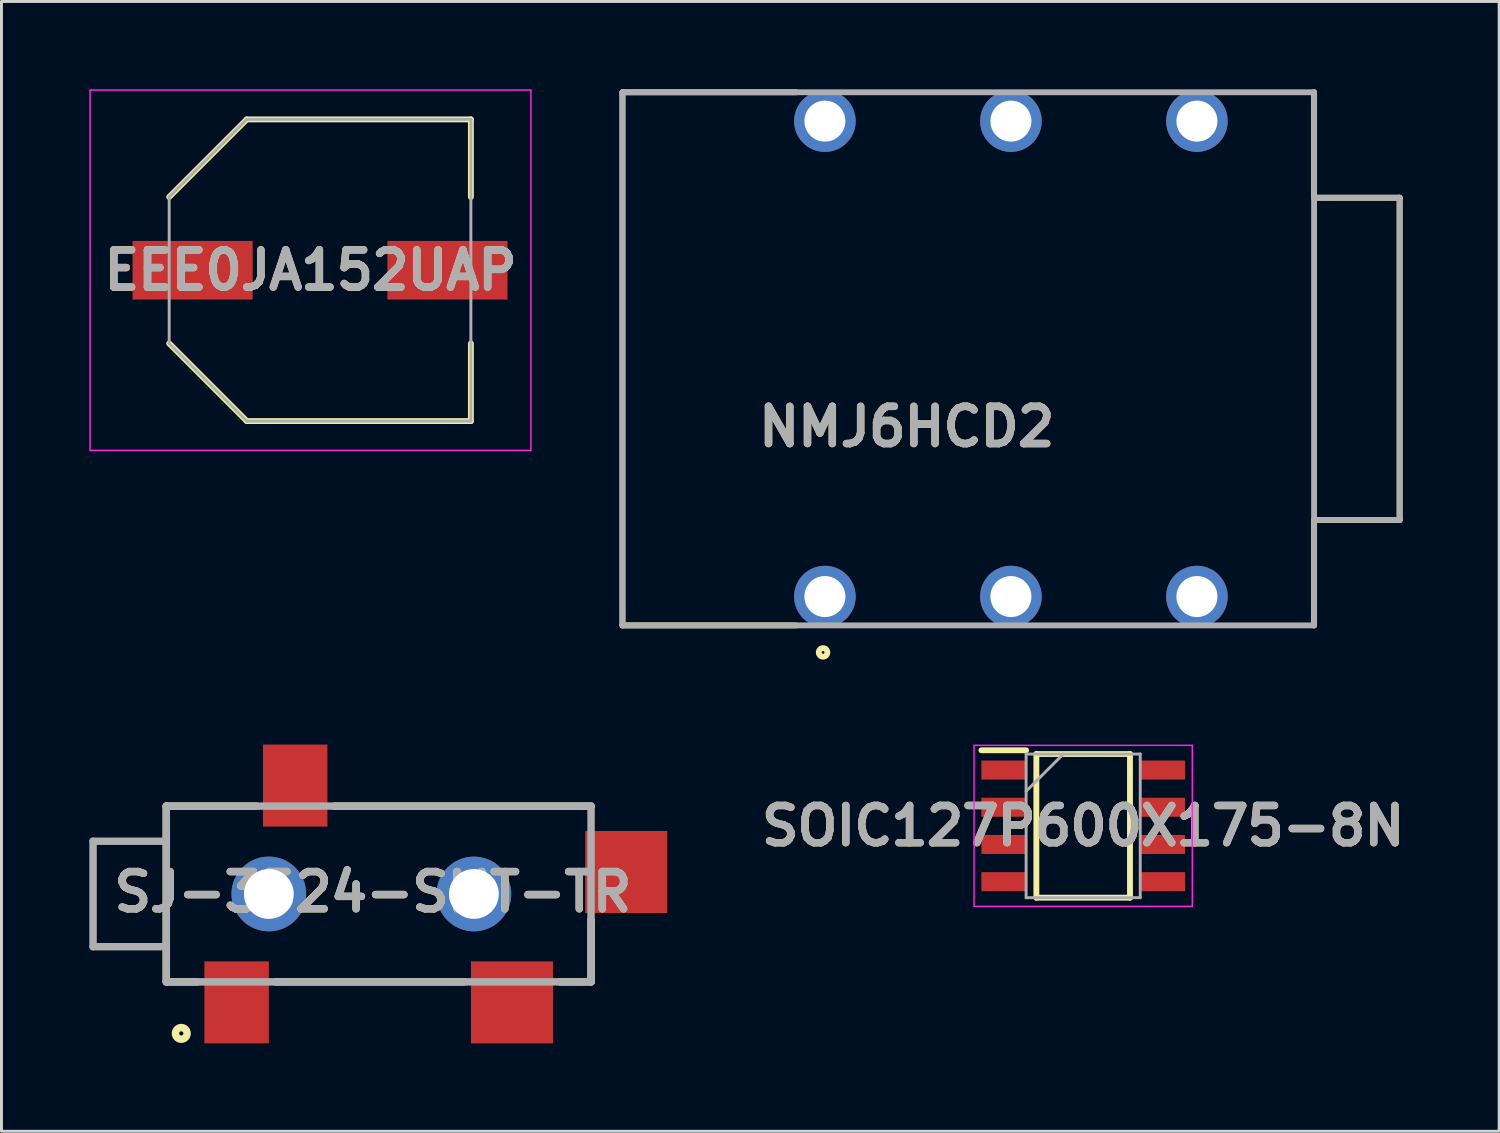
<source format=kicad_pcb>
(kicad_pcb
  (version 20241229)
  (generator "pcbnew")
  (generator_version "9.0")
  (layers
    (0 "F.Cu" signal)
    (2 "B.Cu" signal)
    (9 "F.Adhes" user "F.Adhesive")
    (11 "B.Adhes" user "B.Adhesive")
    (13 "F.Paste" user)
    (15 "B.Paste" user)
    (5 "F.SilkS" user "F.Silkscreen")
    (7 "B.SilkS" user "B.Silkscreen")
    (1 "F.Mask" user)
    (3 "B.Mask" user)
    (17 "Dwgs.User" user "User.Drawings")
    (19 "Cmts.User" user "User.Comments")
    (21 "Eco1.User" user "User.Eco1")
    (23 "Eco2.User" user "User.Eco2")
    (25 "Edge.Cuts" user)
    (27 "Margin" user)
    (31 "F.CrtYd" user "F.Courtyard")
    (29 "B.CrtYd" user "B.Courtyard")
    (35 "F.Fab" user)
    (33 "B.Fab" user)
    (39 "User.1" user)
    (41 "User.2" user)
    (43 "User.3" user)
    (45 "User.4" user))
  (footprint "SOIC127P600X175-8N"
    (layer "F.Cu")
    (at 33.927 25.143)
    (property "Reference" "SOIC127P600X175-8N" (at 0 0 0) (layer "F.SilkS") (effects (font (size 1.27 1.27) (thickness 0.254))))
    (attr smd)
    (fp_line (start -3.475 -2.58) (end -1.948 -2.58) (stroke (width 0.2) (type solid)) (layer "F.SilkS"))
    (fp_line (start -1.598 -2.452) (end 1.598 -2.452) (stroke (width 0.2) (type solid)) (layer "F.SilkS"))
    (fp_line (start -1.598 2.452) (end -1.598 -2.452) (stroke (width 0.2) (type solid)) (layer "F.SilkS"))
    (fp_line (start 1.598 -2.452) (end 1.598 2.452) (stroke (width 0.2) (type solid)) (layer "F.SilkS"))
    (fp_line (start 1.598 2.452) (end -1.598 2.452) (stroke (width 0.2) (type solid)) (layer "F.SilkS"))
    (fp_line (start -3.725 -2.75) (end 3.725 -2.75) (stroke (width 0.05) (type solid)) (layer "F.CrtYd"))
    (fp_line (start -3.725 2.75) (end -3.725 -2.75) (stroke (width 0.05) (type solid)) (layer "F.CrtYd"))
    (fp_line (start 3.725 -2.75) (end 3.725 2.75) (stroke (width 0.05) (type solid)) (layer "F.CrtYd"))
    (fp_line (start 3.725 2.75) (end -3.725 2.75) (stroke (width 0.05) (type solid)) (layer "F.CrtYd"))
    (fp_line (start -1.948 -2.452) (end 1.948 -2.452) (stroke (width 0.1) (type solid)) (layer "F.Fab"))
    (fp_line (start -1.948 -1.182) (end -0.678 -2.452) (stroke (width 0.1) (type solid)) (layer "F.Fab"))
    (fp_line (start -1.948 2.452) (end -1.948 -2.452) (stroke (width 0.1) (type solid)) (layer "F.Fab"))
    (fp_line (start 1.948 -2.452) (end 1.948 2.452) (stroke (width 0.1) (type solid)) (layer "F.Fab"))
    (fp_line (start 1.948 2.452) (end -1.948 2.452) (stroke (width 0.1) (type solid)) (layer "F.Fab"))
    (fp_text user "${REFERENCE}" (at 0 0 0) (layer "F.Fab") (effects (font (size 1.27 1.27) (thickness 0.254))))
    (pad "1" smd rect (at -2.711 -1.905 90) (size 0.65 1.528) (layers "F.Cu" "F.Mask" "F.Paste"))
    (pad "2" smd rect (at -2.711 -0.635 90) (size 0.65 1.528) (layers "F.Cu" "F.Mask" "F.Paste"))
    (pad "3" smd rect (at -2.711 0.635 90) (size 0.65 1.528) (layers "F.Cu" "F.Mask" "F.Paste"))
    (pad "4" smd rect (at -2.711 1.905 90) (size 0.65 1.528) (layers "F.Cu" "F.Mask" "F.Paste"))
    (pad "5" smd rect (at 2.711 1.905 90) (size 0.65 1.528) (layers "F.Cu" "F.Mask" "F.Paste"))
    (pad "6" smd rect (at 2.711 0.635 90) (size 0.65 1.528) (layers "F.Cu" "F.Mask" "F.Paste"))
    (pad "7" smd rect (at 2.711 -0.635 90) (size 0.65 1.528) (layers "F.Cu" "F.Mask" "F.Paste"))
    (pad "8" smd rect (at 2.711 -1.905 90) (size 0.65 1.528) (layers "F.Cu" "F.Mask" "F.Paste")))
  (footprint "SJ-3524-SMT-TR"
    (layer "F.Cu")
    (at 2.627 24.468)
    (property "Reference" "SJ-3524-SMT-TR" (at 7.053 2.931 0) (layer "F.SilkS") (effects (font (size 1.27 1.27) (thickness 0.254))))
    (attr through_hole)
    (fp_line (start 0 0) (end 3.06 0) (stroke (width 0.254) (type solid)) (layer "F.SilkS"))
    (fp_line (start 0 1.2) (end 0 0) (stroke (width 0.254) (type solid)) (layer "F.SilkS"))
    (fp_line (start 0 4.8) (end 0 1.2) (stroke (width 0.254) (type solid)) (layer "F.SilkS"))
    (fp_line (start 0 4.8) (end 0 6) (stroke (width 0.254) (type solid)) (layer "F.SilkS"))
    (fp_line (start 0 6) (end 1.063 6) (stroke (width 0.254) (type solid)) (layer "F.SilkS"))
    (fp_line (start 3.725 6) (end 10.168 6) (stroke (width 0.254) (type solid)) (layer "F.SilkS"))
    (fp_line (start 14.5 0) (end 5.75 0) (stroke (width 0.254) (type solid)) (layer "F.SilkS"))
    (fp_line (start 14.5 6) (end 13.439 6) (stroke (width 0.254) (type solid)) (layer "F.SilkS"))
    (fp_line (start 14.5 6) (end 14.5 3.88) (stroke (width 0.254) (type solid)) (layer "F.SilkS"))
    (fp_circle (center 0.511 7.76) (end 0.511 7.832) (stroke (width 0.254) (type solid)) (fill no) (layer "F.SilkS"))
    (fp_line (start -2.5 1.2) (end -2.5 4.8) (stroke (width 0.254) (type solid)) (layer "F.Fab"))
    (fp_line (start -2.5 4.8) (end 0 4.8) (stroke (width 0.254) (type solid)) (layer "F.Fab"))
    (fp_line (start 0 0) (end 14.5 0) (stroke (width 0.254) (type solid)) (layer "F.Fab"))
    (fp_line (start 0 1.2) (end -2.5 1.2) (stroke (width 0.254) (type solid)) (layer "F.Fab"))
    (fp_line (start 0 6) (end 0 0) (stroke (width 0.254) (type solid)) (layer "F.Fab"))
    (fp_line (start 14.5 0) (end 14.5 6) (stroke (width 0.254) (type solid)) (layer "F.Fab"))
    (fp_line (start 14.5 6) (end 0 6) (stroke (width 0.254) (type solid)) (layer "F.Fab"))
    (fp_text user "${REFERENCE}" (at 7.053 2.931 0) (layer "F.Fab") (effects (font (size 1.27 1.27) (thickness 0.254))))
    (pad "" np_thru_hole circle (at 3.5 3) (size 2.55 2.55) (drill 1.7) (layers "*.Cu" "*.Mask"))
    (pad "" np_thru_hole circle (at 10.5 3) (size 2.55 2.55) (drill 1.7) (layers "*.Cu" "*.Mask"))
    (pad "1" smd rect (at 2.4 6.7) (size 2.2 2.8) (layers "F.Cu" "F.Mask" "F.Paste"))
    (pad "2" smd rect (at 11.8 6.7 90) (size 2.8 2.8) (layers "F.Cu" "F.Mask" "F.Paste"))
    (pad "3" smd rect (at 4.4 -0.7) (size 2.2 2.8) (layers "F.Cu" "F.Mask" "F.Paste"))
    (pad "4" smd rect (at 15.7 2.25 90) (size 2.8 2.8) (layers "F.Cu" "F.Mask" "F.Paste")))
  (footprint "NMJ6HCD2"
    (layer "F.Cu")
    (at 41.81 9.2)
    (property "Reference" "NMJ6HCD2" (at -13.907 2.317 0) (layer "F.SilkS") (effects (font (size 1.27 1.27) (thickness 0.254))))
    (attr through_hole)
    (fp_line (start -23.61 -9.1) (end -23.61 9.1) (stroke (width 0.2) (type solid)) (layer "F.SilkS"))
    (fp_line (start -23.61 -9.1) (end -17.685 -9.1) (stroke (width 0.2) (type solid)) (layer "F.SilkS"))
    (fp_line (start -23.61 9.1) (end -17.685 9.1) (stroke (width 0.2) (type solid)) (layer "F.SilkS"))
    (fp_line (start 0 -5.5) (end 0 -9.1) (stroke (width 0.2) (type solid)) (layer "F.SilkS"))
    (fp_line (start 0 5.5) (end 2.92 5.5) (stroke (width 0.2) (type solid)) (layer "F.SilkS"))
    (fp_line (start 0 9.1) (end 0 5.5) (stroke (width 0.2) (type solid)) (layer "F.SilkS"))
    (fp_line (start 2.92 -5.5) (end 0 -5.5) (stroke (width 0.2) (type solid)) (layer "F.SilkS"))
    (fp_line (start 2.92 5.5) (end 2.92 -5.5) (stroke (width 0.2) (type solid)) (layer "F.SilkS"))
    (fp_circle (center -16.762 10.022) (end -16.762 10.068) (stroke (width 0.2) (type solid)) (fill no) (layer "F.SilkS"))
    (fp_line (start -23.61 -9.1) (end 0 -9.1) (stroke (width 0.2) (type solid)) (layer "F.Fab"))
    (fp_line (start -23.61 9.1) (end -23.61 -9.1) (stroke (width 0.2) (type solid)) (layer "F.Fab"))
    (fp_line (start 0 -9.1) (end 0 9.1) (stroke (width 0.2) (type solid)) (layer "F.Fab"))
    (fp_line (start 0 -5.5) (end 2.92 -5.5) (stroke (width 0.2) (type solid)) (layer "F.Fab"))
    (fp_line (start 0 9.1) (end -23.61 9.1) (stroke (width 0.2) (type solid)) (layer "F.Fab"))
    (fp_line (start 2.92 -5.5) (end 2.92 5.5) (stroke (width 0.2) (type solid)) (layer "F.Fab"))
    (fp_line (start 2.92 5.5) (end 0 5.5) (stroke (width 0.2) (type solid)) (layer "F.Fab"))
    (fp_text user "${REFERENCE}" (at -13.907 2.317 0) (layer "F.Fab") (effects (font (size 1.27 1.27) (thickness 0.254))))
    (pad "1" thru_hole circle (at -16.7 8.115) (size 2.1 2.1) (drill 1.4) (layers "*.Cu" "*.Mask"))
    (pad "2" thru_hole circle (at -10.35 8.115) (size 2.1 2.1) (drill 1.4) (layers "*.Cu" "*.Mask"))
    (pad "3" thru_hole circle (at -4 8.115) (size 2.1 2.1) (drill 1.4) (layers "*.Cu" "*.Mask"))
    (pad "4" thru_hole circle (at -4 -8.115) (size 2.1 2.1) (drill 1.4) (layers "*.Cu" "*.Mask"))
    (pad "5" thru_hole circle (at -10.35 -8.115) (size 2.1 2.1) (drill 1.4) (layers "*.Cu" "*.Mask"))
    (pad "6" thru_hole circle (at -16.7 -8.115) (size 2.1 2.1) (drill 1.4) (layers "*.Cu" "*.Mask")))
  (footprint "EEE0JA152UAP"
    (layer "F.Cu")
    (at 7.875 6.175)
    (property "Reference" "EEE0JA152UAP" (at -0.325 0 0) (layer "F.SilkS") (effects (font (size 1.27 1.27) (thickness 0.254))))
    (attr smd)
    (fp_line (start -6.975 0) (end -6.975 0) (stroke (width 0.05) (type solid)) (layer "F.SilkS"))
    (fp_line (start -6.925 0) (end -6.925 0) (stroke (width 0.05) (type solid)) (layer "F.SilkS"))
    (fp_line (start -5.15 -2.5) (end -2.5 -5.15) (stroke (width 0.2) (type solid)) (layer "F.SilkS"))
    (fp_line (start -5.15 2.5) (end -2.5 5.15) (stroke (width 0.2) (type solid)) (layer "F.SilkS"))
    (fp_line (start -2.5 -5.15) (end 5.15 -5.15) (stroke (width 0.2) (type solid)) (layer "F.SilkS"))
    (fp_line (start -2.5 5.15) (end 5.15 5.15) (stroke (width 0.2) (type solid)) (layer "F.SilkS"))
    (fp_line (start 5.15 -5.15) (end 5.15 -2.5) (stroke (width 0.2) (type solid)) (layer "F.SilkS"))
    (fp_line (start 5.15 5.15) (end 5.15 2.5) (stroke (width 0.2) (type solid)) (layer "F.SilkS"))
    (fp_arc (start -6.975 0) (mid -6.95 -0.025) (end -6.925 0) (stroke (width 0.05) (type solid)) (layer "F.SilkS"))
    (fp_arc (start -6.925 0) (mid -6.95 0.025) (end -6.975 0) (stroke (width 0.05) (type solid)) (layer "F.SilkS"))
    (fp_line (start -7.85 -6.15) (end 7.2 -6.15) (stroke (width 0.05) (type solid)) (layer "F.CrtYd"))
    (fp_line (start -7.85 6.15) (end -7.85 -6.15) (stroke (width 0.05) (type solid)) (layer "F.CrtYd"))
    (fp_line (start 7.2 -6.15) (end 7.2 6.15) (stroke (width 0.05) (type solid)) (layer "F.CrtYd"))
    (fp_line (start 7.2 6.15) (end -7.85 6.15) (stroke (width 0.05) (type solid)) (layer "F.CrtYd"))
    (fp_line (start -5.15 -2.5) (end -2.5 -5.15) (stroke (width 0.1) (type solid)) (layer "F.Fab"))
    (fp_line (start -5.15 -2.5) (end -2.5 -5.15) (stroke (width 0.1) (type solid)) (layer "F.Fab"))
    (fp_line (start -5.15 2.5) (end -5.15 -2.5) (stroke (width 0.1) (type solid)) (layer "F.Fab"))
    (fp_line (start -2.5 -5.15) (end 5.15 -5.15) (stroke (width 0.1) (type solid)) (layer "F.Fab"))
    (fp_line (start -2.5 5.15) (end -5.15 2.5) (stroke (width 0.1) (type solid)) (layer "F.Fab"))
    (fp_line (start 5.15 -5.15) (end 5.15 5.15) (stroke (width 0.1) (type solid)) (layer "F.Fab"))
    (fp_line (start 5.15 5.15) (end -2.5 5.15) (stroke (width 0.1) (type solid)) (layer "F.Fab"))
    (fp_text user "${REFERENCE}" (at -0.325 0 0) (layer "F.Fab") (effects (font (size 1.27 1.27) (thickness 0.254))))
    (pad "1" smd rect (at -4.35 0 90) (size 2 4.1) (layers "F.Cu" "F.Mask" "F.Paste"))
    (pad "2" smd rect (at 4.35 0 90) (size 2 4.1) (layers "F.Cu" "F.Mask" "F.Paste")))
  (gr_rect
    (start -3 -3)
    (end 48.127 35.568)
    (stroke (width 0.1) (type default))
    (fill no)
    (layer "Edge.Cuts")))
</source>
